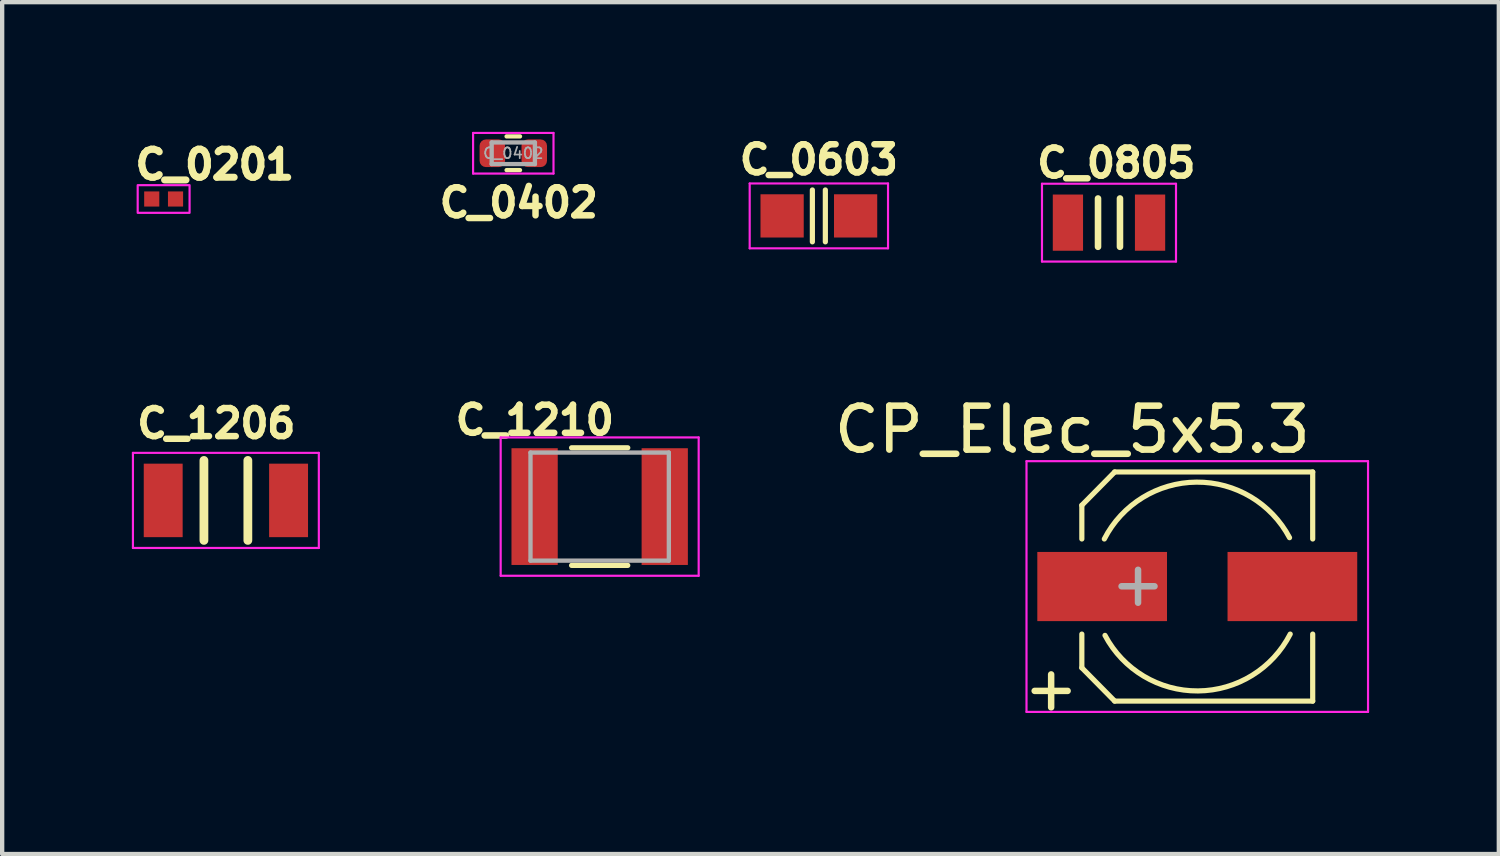
<source format=kicad_pcb>
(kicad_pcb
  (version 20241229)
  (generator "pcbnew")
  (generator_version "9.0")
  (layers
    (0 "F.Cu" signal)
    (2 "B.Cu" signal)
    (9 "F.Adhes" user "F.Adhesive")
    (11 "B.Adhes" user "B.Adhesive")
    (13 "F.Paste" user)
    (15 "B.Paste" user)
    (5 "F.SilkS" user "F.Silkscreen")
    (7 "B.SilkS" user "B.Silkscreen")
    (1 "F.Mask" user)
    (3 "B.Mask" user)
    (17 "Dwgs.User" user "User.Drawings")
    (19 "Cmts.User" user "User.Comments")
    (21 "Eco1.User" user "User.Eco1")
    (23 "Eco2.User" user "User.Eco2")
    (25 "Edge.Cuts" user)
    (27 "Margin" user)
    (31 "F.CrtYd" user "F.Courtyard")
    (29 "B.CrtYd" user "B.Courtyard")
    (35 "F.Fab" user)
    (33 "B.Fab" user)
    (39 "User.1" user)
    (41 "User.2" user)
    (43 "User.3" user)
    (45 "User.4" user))
  (footprint "CP_Elec_5x5.3"
    (layer "F.Cu")
    (at 24.644 10.517)
    (property "Reference" "CP_Elec_5x5.3" (at -2.89 -3.63 0) (layer "F.SilkS") (effects (font (size 1.016 1.016) (thickness 0.152))))
    (attr smd)
    (fp_line (start -2.67 -1.88) (end -2.67 -1.1) (stroke (width 0.12) (type solid)) (layer "F.SilkS"))
    (fp_line (start -2.67 1.88) (end -2.67 1.1) (stroke (width 0.12) (type solid)) (layer "F.SilkS"))
    (fp_line (start -2.67 1.88) (end -1.91 2.65) (stroke (width 0.12) (type solid)) (layer "F.SilkS"))
    (fp_line (start -1.91 -2.65) (end -2.67 -1.88) (stroke (width 0.12) (type solid)) (layer "F.SilkS"))
    (fp_line (start -1.91 2.65) (end 2.67 2.65) (stroke (width 0.12) (type solid)) (layer "F.SilkS"))
    (fp_line (start 2.67 -2.65) (end -1.91 -2.65) (stroke (width 0.12) (type solid)) (layer "F.SilkS"))
    (fp_line (start 2.67 -2.65) (end 2.67 -1.1) (stroke (width 0.12) (type solid)) (layer "F.SilkS"))
    (fp_line (start 2.67 2.65) (end 2.67 1.1) (stroke (width 0.12) (type solid)) (layer "F.SilkS"))
    (fp_arc (start -2.15 -1.1) (mid -0.017048 -2.414997) (end 2.134257 -1.130243) (stroke (width 0.12) (type solid)) (layer "F.SilkS"))
    (fp_arc (start 2.15 1.1) (mid 0.017048 2.414997) (end -2.134257 1.130243) (stroke (width 0.12) (type solid)) (layer "F.SilkS"))
    (fp_line (start -3.95 -2.9) (end -3.95 2.9) (stroke (width 0.05) (type solid)) (layer "F.CrtYd"))
    (fp_line (start -3.95 2.9) (end 3.95 2.9) (stroke (width 0.05) (type solid)) (layer "F.CrtYd"))
    (fp_line (start 3.95 -2.9) (end -3.95 -2.9) (stroke (width 0.05) (type solid)) (layer "F.CrtYd"))
    (fp_line (start 3.95 2.9) (end 3.95 -2.9) (stroke (width 0.05) (type solid)) (layer "F.CrtYd"))
    (fp_text user "+" (at -3.38 2.34 0) (layer "F.SilkS") (effects (font (size 1 1) (thickness 0.15))))
    (fp_text user "+" (at -1.37 -0.08 0) (layer "F.Fab") (effects (font (size 1 1) (thickness 0.15))))
    (pad "1" smd rect (at -2.2 0 180) (size 3 1.6) (layers "F.Cu" "F.Mask" "F.Paste"))
    (pad "2" smd rect (at 2.2 0 180) (size 3 1.6) (layers "F.Cu" "F.Mask" "F.Paste")))
  (footprint "C_0603"
    (layer "F.Cu")
    (at 15.891 1.944)
    (property "Reference" "C_0603" (at 0 -1.3 0) (layer "F.SilkS") (effects (font (size 0.65 0.65) (thickness 0.15))))
    (attr smd)
    (fp_line (start -0.15 -0.6) (end -0.15 0.6) (stroke (width 0.12) (type solid)) (layer "F.SilkS"))
    (fp_line (start 0.15 0.6) (end 0.15 -0.6) (stroke (width 0.12) (type solid)) (layer "F.SilkS"))
    (fp_line (start -1.6 -0.75) (end -1.6 0.75) (stroke (width 0.05) (type solid)) (layer "F.CrtYd"))
    (fp_line (start -1.6 -0.75) (end 1.6 -0.75) (stroke (width 0.05) (type solid)) (layer "F.CrtYd"))
    (fp_line (start -1.6 0.75) (end 1.6 0.75) (stroke (width 0.05) (type solid)) (layer "F.CrtYd"))
    (fp_line (start 1.6 -0.75) (end 1.6 0.75) (stroke (width 0.05) (type solid)) (layer "F.CrtYd"))
    (pad "1" smd rect (at -0.85 0) (size 1 1) (layers "F.Cu" "F.Mask" "F.Paste"))
    (pad "2" smd rect (at 0.85 0) (size 1 1) (layers "F.Cu" "F.Mask" "F.Paste")))
  (footprint "C_1206"
    (layer "F.Cu")
    (at 2.175 8.525)
    (property "Reference" "C_1206" (at -2.13 -1.4 0) (layer "F.SilkS") (effects (font (size 0.65 0.65) (thickness 0.15)) (justify left bottom)))
    (attr smd)
    (fp_line (start -0.508 -0.925) (end -0.508 0.925) (stroke (width 0.203) (type solid)) (layer "F.SilkS"))
    (fp_line (start 0.508 -0.925) (end 0.508 0.925) (stroke (width 0.203) (type solid)) (layer "F.SilkS"))
    (fp_line (start -2.15 -1.1) (end 2.15 -1.1) (stroke (width 0.05) (type solid)) (layer "F.CrtYd"))
    (fp_line (start -2.15 1.1) (end -2.15 -1.1) (stroke (width 0.05) (type solid)) (layer "F.CrtYd"))
    (fp_line (start -2.15 1.1) (end 2.15 1.1) (stroke (width 0.05) (type solid)) (layer "F.CrtYd"))
    (fp_line (start 2.15 1.1) (end 2.15 -1.1) (stroke (width 0.05) (type solid)) (layer "F.CrtYd"))
    (pad "1" smd rect (at -1.45 0) (size 0.9 1.7) (layers "F.Cu" "F.Mask" "F.Paste"))
    (pad "2" smd rect (at 1.45 0) (size 0.9 1.7) (layers "F.Cu" "F.Mask" "F.Paste")))
  (footprint "C_0201"
    (layer "F.Cu")
    (at 0.735 1.553)
    (property "Reference" "C_0201" (at -0.735 -0.415 0) (unlocked yes) (layer "F.SilkS") (effects (font (size 0.65 0.65) (thickness 0.163)) (justify left bottom)))
    (fp_rect (start -0.6 -0.32) (end 0.6 0.32) (stroke (width 0.05) (type default)) (fill no) (layer "F.CrtYd"))
    (pad "1" smd rect (at -0.275 0) (size 0.35 0.35) (layers "F.Cu" "F.Mask" "F.Paste"))
    (pad "2" smd rect (at 0.275 0) (size 0.35 0.35) (layers "F.Cu" "F.Mask" "F.Paste")))
  (footprint "C_0402"
    (layer "F.Cu")
    (at 8.823 0.495)
    (property "Reference" "C_0402" (at 0.127 1.143 0) (layer "F.SilkS") (effects (font (size 0.65 0.65) (thickness 0.15))))
    (attr through_hole)
    (fp_line (start -0.155 -0.39) (end 0.155 -0.39) (stroke (width 0.1) (type solid)) (layer "F.SilkS"))
    (fp_line (start -0.155 0.39) (end 0.155 0.39) (stroke (width 0.1) (type solid)) (layer "F.SilkS"))
    (fp_line (start -0.93 -0.47) (end 0.93 -0.47) (stroke (width 0.05) (type solid)) (layer "F.CrtYd"))
    (fp_line (start -0.93 0.47) (end -0.93 -0.47) (stroke (width 0.05) (type solid)) (layer "F.CrtYd"))
    (fp_line (start 0.93 -0.47) (end 0.93 0.47) (stroke (width 0.05) (type solid)) (layer "F.CrtYd"))
    (fp_line (start 0.93 0.47) (end -0.93 0.47) (stroke (width 0.05) (type solid)) (layer "F.CrtYd"))
    (fp_line (start -0.5 -0.25) (end 0.5 -0.25) (stroke (width 0.1) (type solid)) (layer "F.Fab"))
    (fp_line (start -0.5 0.25) (end -0.5 -0.25) (stroke (width 0.1) (type solid)) (layer "F.Fab"))
    (fp_line (start 0.5 -0.25) (end 0.5 0.25) (stroke (width 0.1) (type solid)) (layer "F.Fab"))
    (fp_line (start 0.5 0.25) (end -0.5 0.25) (stroke (width 0.1) (type solid)) (layer "F.Fab"))
    (fp_text user "${REFERENCE}" (at 0 0 0) (layer "F.Fab") (effects (font (size 0.25 0.25) (thickness 0.04))))
    (pad "1" smd roundrect (at -0.485 0) (size 0.59 0.64) (layers "F.Cu" "F.Mask" "F.Paste") (roundrect_rratio 0.25))
    (pad "2" smd roundrect (at 0.485 0) (size 0.59 0.64) (layers "F.Cu" "F.Mask" "F.Paste") (roundrect_rratio 0.25)))
  (footprint "C_1210"
    (layer "F.Cu")
    (at 10.821 8.668)
    (property "Reference" "C_1210" (at -1.5 -2 0) (layer "F.SilkS") (effects (font (size 0.65 0.65) (thickness 0.15))))
    (attr smd)
    (fp_line (start -0.65 -1.36) (end 0.65 -1.36) (stroke (width 0.12) (type solid)) (layer "F.SilkS"))
    (fp_line (start -0.65 1.36) (end 0.65 1.36) (stroke (width 0.12) (type solid)) (layer "F.SilkS"))
    (fp_line (start -2.29 -1.6) (end 2.29 -1.6) (stroke (width 0.05) (type solid)) (layer "F.CrtYd"))
    (fp_line (start -2.29 1.6) (end -2.29 -1.6) (stroke (width 0.05) (type solid)) (layer "F.CrtYd"))
    (fp_line (start 2.29 -1.6) (end 2.29 1.6) (stroke (width 0.05) (type solid)) (layer "F.CrtYd"))
    (fp_line (start 2.29 1.6) (end -2.29 1.6) (stroke (width 0.05) (type solid)) (layer "F.CrtYd"))
    (fp_line (start -1.6 -1.25) (end 1.6 -1.25) (stroke (width 0.1) (type solid)) (layer "F.Fab"))
    (fp_line (start -1.6 1.25) (end -1.6 -1.25) (stroke (width 0.1) (type solid)) (layer "F.Fab"))
    (fp_line (start 1.6 -1.25) (end 1.6 1.25) (stroke (width 0.1) (type solid)) (layer "F.Fab"))
    (fp_line (start 1.6 1.25) (end -1.6 1.25) (stroke (width 0.1) (type solid)) (layer "F.Fab"))
    (pad "1" smd rect (at -1.505 0) (size 1.07 2.7) (layers "F.Cu" "F.Mask" "F.Paste"))
    (pad "2" smd rect (at 1.505 0) (size 1.07 2.7) (layers "F.Cu" "F.Mask" "F.Paste")))
  (footprint "C_0805"
    (layer "F.Cu")
    (at 22.602 2.1)
    (property "Reference" "C_0805" (at -1.74 -1 0) (layer "F.SilkS") (effects (font (size 0.65 0.65) (thickness 0.15)) (justify left bottom)))
    (attr smd)
    (fp_line (start -0.254 0.559) (end -0.254 -0.559) (stroke (width 0.152) (type solid)) (layer "F.SilkS"))
    (fp_line (start 0.254 0.559) (end 0.254 -0.559) (stroke (width 0.152) (type solid)) (layer "F.SilkS"))
    (fp_line (start -1.55 0.9) (end -1.55 -0.9) (stroke (width 0.05) (type solid)) (layer "F.CrtYd"))
    (fp_line (start 1.55 -0.9) (end -1.55 -0.9) (stroke (width 0.05) (type solid)) (layer "F.CrtYd"))
    (fp_line (start 1.55 0.9) (end -1.55 0.9) (stroke (width 0.05) (type solid)) (layer "F.CrtYd"))
    (fp_line (start 1.55 0.9) (end 1.55 -0.9) (stroke (width 0.05) (type solid)) (layer "F.CrtYd"))
    (pad "1" smd rect (at -0.95 0) (size 0.7 1.3) (layers "F.Cu" "F.Mask" "F.Paste"))
    (pad "2" smd rect (at 0.95 0) (size 0.7 1.3) (layers "F.Cu" "F.Mask" "F.Paste")))
  (gr_rect
    (start -3 -3)
    (end 31.619 16.705)
    (stroke (width 0.1) (type default))
    (fill no)
    (layer "Edge.Cuts")))
</source>
